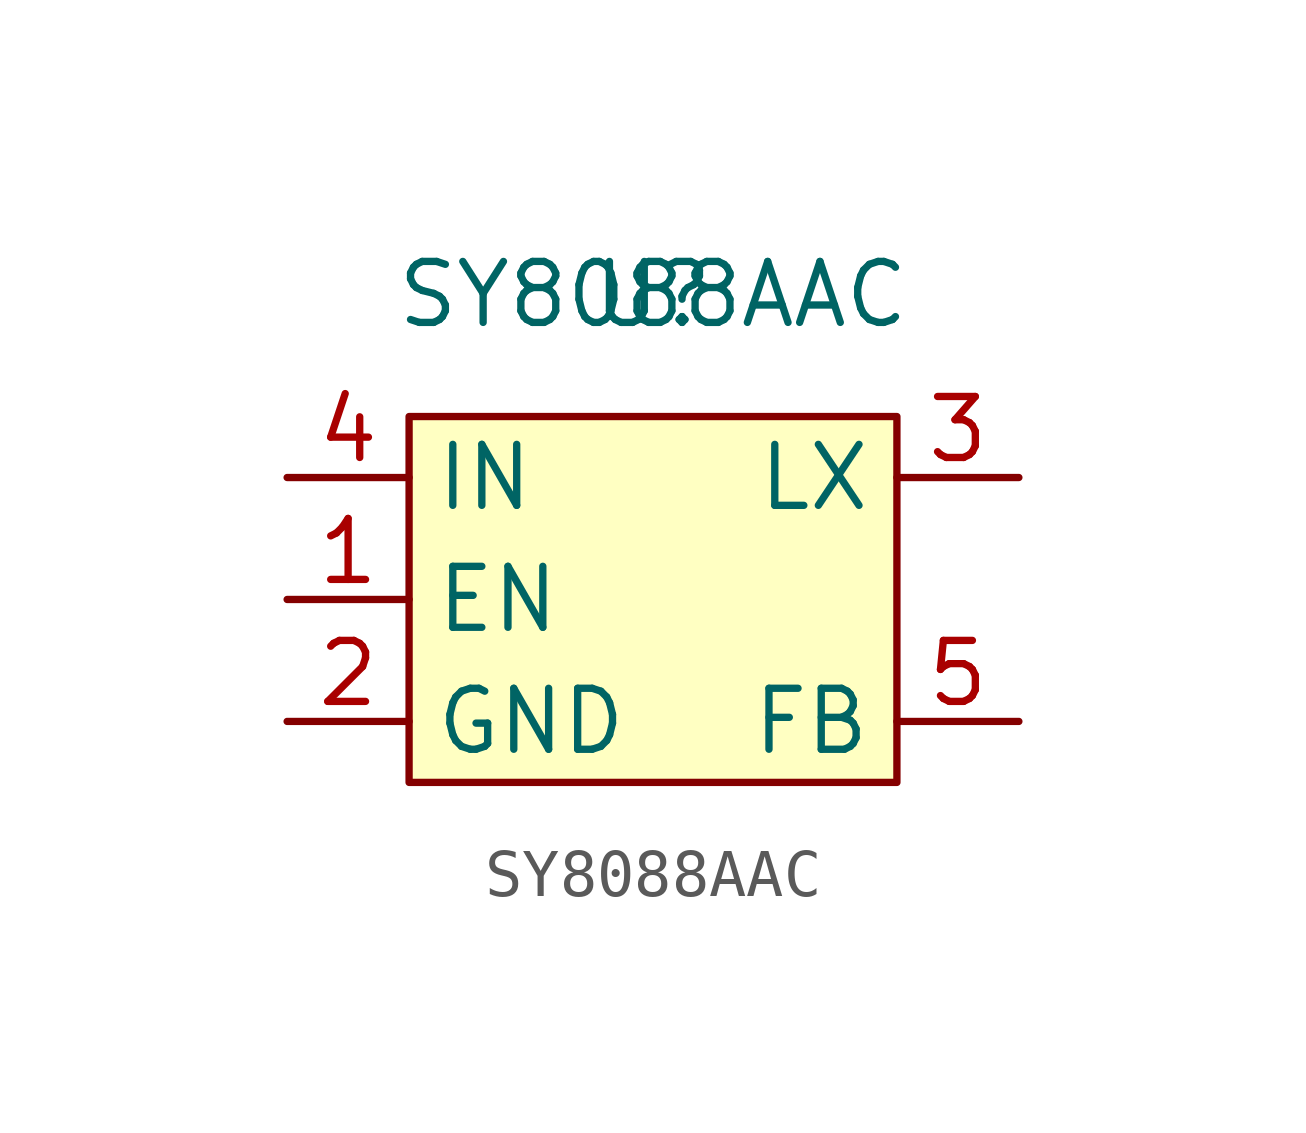
<source format=kicad_sym>
(kicad_symbol_lib
  (version 20241209)
  (generator "kicad_symbol_editor")
  (generator_version "9.0")
  (symbol "SY8088AAC"
    (property "Reference" "U"
      (at 0 0 0)
      (effects (font (size 1.27 1.27))))
    (property "Value" "SY8088AAC"
      (at 0 0 0)
      (effects (font (size 1.27 1.27))))
    (symbol "SY8088AAC_1_1"
      (rectangle (start -5.08 -2.54) (end 5.08 -10.16) (stroke (width 0) (type solid)) (fill (type background)))
      (pin input line (at -7.62 -3.81 0) (length 2.54) (name "IN" (effects (font (size 1.27 1.27)))) (number "4" (effects (font (size 1.27 1.27)))))
      (pin input line (at -7.62 -6.35 0) (length 2.54) (name "EN" (effects (font (size 1.27 1.27)))) (number "1" (effects (font (size 1.27 1.27)))))
      (pin free line (at -7.62 -8.89 0) (length 2.54) (name "GND" (effects (font (size 1.27 1.27)))) (number "2" (effects (font (size 1.27 1.27)))))
      (pin output line (at 7.62 -3.81 180) (length 2.54) (name "LX" (effects (font (size 1.27 1.27)))) (number "3" (effects (font (size 1.27 1.27)))))
      (pin output line (at 7.62 -8.89 180) (length 2.54) (name "FB" (effects (font (size 1.27 1.27)))) (number "5" (effects (font (size 1.27 1.27))))))))
</source>
